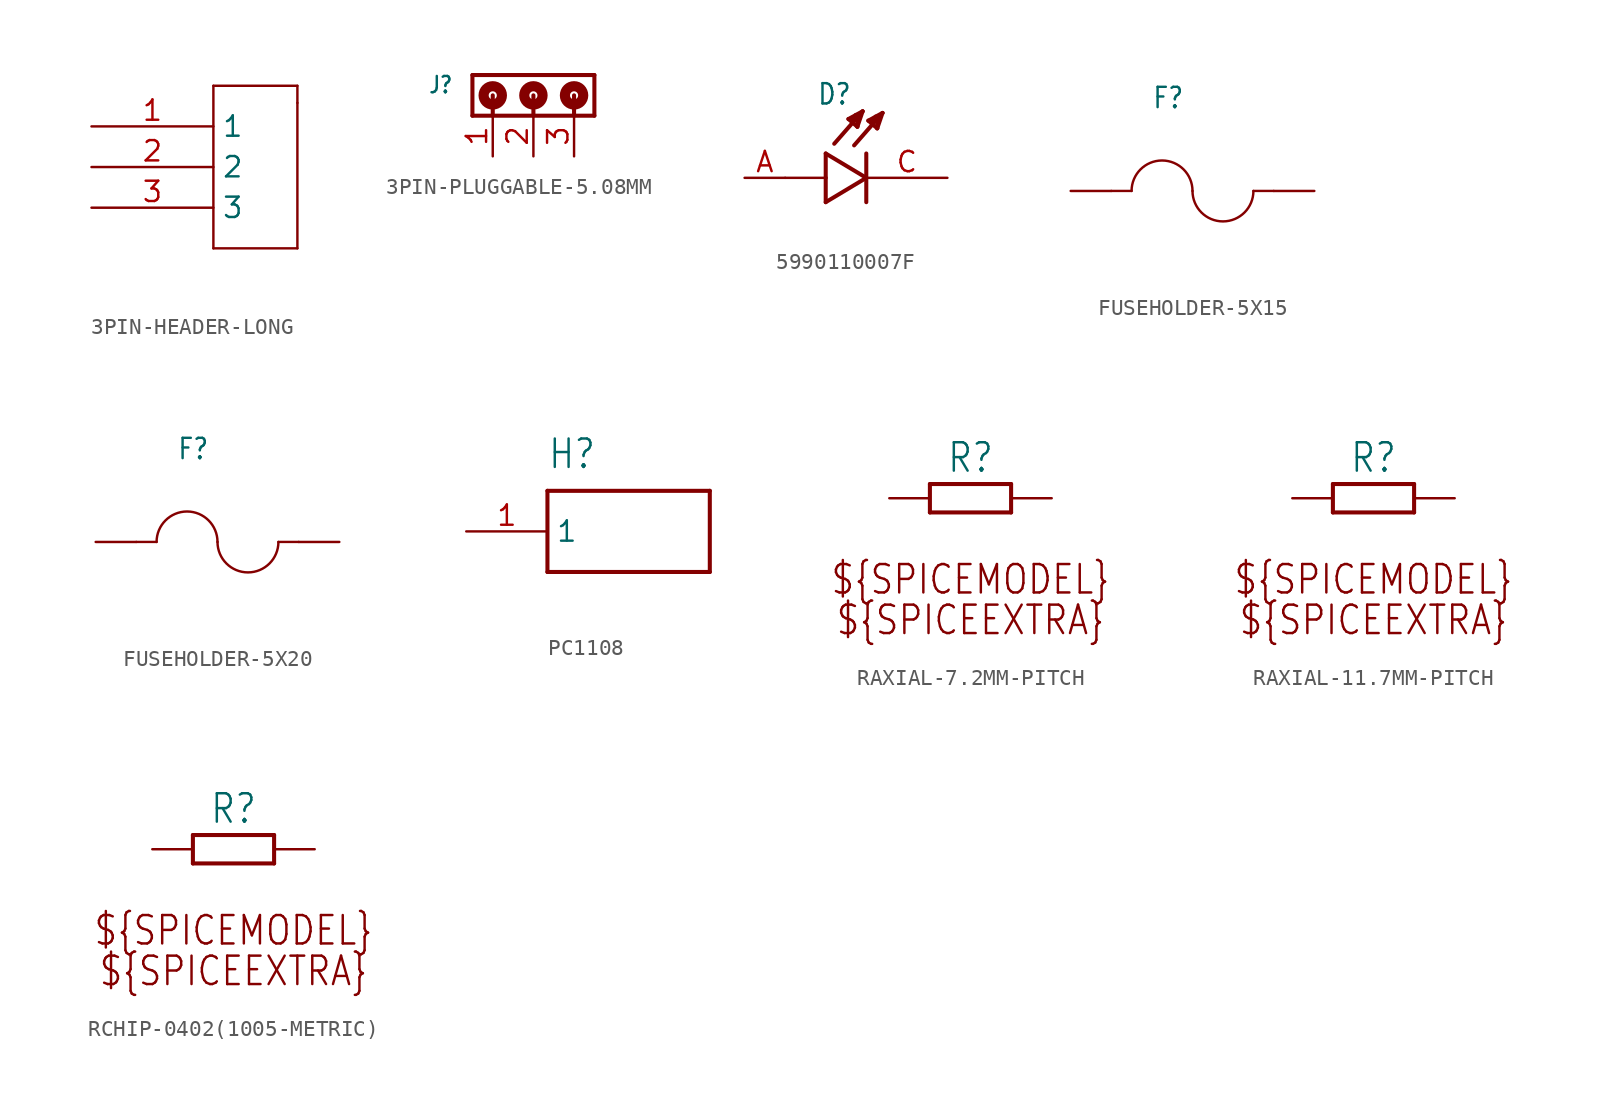
<source format=kicad_sym>
(kicad_symbol_lib
  (version 20231120)
  (generator "kicad_symbol_editor")
  (generator_version "8.0")
  (symbol "3PIN-HEADER-LONG"
    (property "Reference" ""
      (at -2.54 5.08 0)
      (effects (font (size 1.778 1.511)) (justify left bottom) (hide yes)))
    (property "Value" ""
      (at -2.54 -7.62 0)
      (effects (font (size 1.778 1.511)) (justify left bottom)))
    (property "ki_locked" ""
      (at 0 0 0)
      (effects (font (size 1.27 1.27))))
    (symbol "3PIN-HEADER-LONG_1_0"
      (polyline (pts (xy 0 -5.08) (xy 0 5.08)) (stroke (width 0.152) (type solid)) (fill (type none)))
      (polyline (pts (xy 0 5.08) (xy 5.251 5.08)) (stroke (width 0.152) (type solid)) (fill (type none)))
      (polyline (pts (xy 5.251 -5.08) (xy 0 -5.08)) (stroke (width 0.152) (type solid)) (fill (type none)))
      (polyline (pts (xy 5.251 4.01) (xy 5.251 -5.08)) (stroke (width 0.152) (type solid)) (fill (type none)))
      (polyline (pts (xy 5.251 5.08) (xy 5.251 4.01)) (stroke (width 0.152) (type solid)) (fill (type none)))
      (pin bidirectional line (at -7.62 2.54 0) (length 7.62) (name "1" (effects (font (size 1.27 1.27)))) (number "1" (effects (font (size 1.27 1.27)))))
      (pin bidirectional line (at -7.62 0 0) (length 7.62) (name "2" (effects (font (size 1.27 1.27)))) (number "2" (effects (font (size 1.27 1.27)))))
      (pin bidirectional line (at -7.62 -2.54 0) (length 7.62) (name "3" (effects (font (size 1.27 1.27)))) (number "3" (effects (font (size 1.27 1.27)))))))
  (symbol "3PIN-PLUGGABLE-5.08MM"
    (property "Reference" "J"
      (at -4.99 -1.205 0)
      (effects (font (size 1.016 0.864)) (justify right bottom)))
    (property "Value" ""
      (at -4.95 -3.01 0)
      (effects (font (size 1.016 0.864)) (justify right bottom)))
    (property "ki_locked" ""
      (at 0 0 0)
      (effects (font (size 1.27 1.27))))
    (symbol "3PIN-PLUGGABLE-5.08MM_1_0"
      (circle (center -2.54 -1.27) (radius 0.254) (stroke (width 0.635) (type solid)) (fill (type none)))
      (circle (center 0 -1.27) (radius 0.254) (stroke (width 0.635) (type solid)) (fill (type none)))
      (polyline (pts (xy -3.81 -2.54) (xy 3.81 -2.54)) (stroke (width 0.254) (type solid)) (fill (type none)))
      (polyline (pts (xy -3.81 0) (xy -3.81 -2.54)) (stroke (width 0.254) (type solid)) (fill (type none)))
      (polyline (pts (xy -2.54 -1.27) (xy -2.54 -2.54)) (stroke (width 0.254) (type solid)) (fill (type none)))
      (polyline (pts (xy 0 -1.27) (xy 0 -2.54)) (stroke (width 0.254) (type solid)) (fill (type none)))
      (polyline (pts (xy 2.54 -1.27) (xy 2.54 -2.54)) (stroke (width 0.254) (type solid)) (fill (type none)))
      (polyline (pts (xy 3.81 -2.54) (xy 3.81 0)) (stroke (width 0.254) (type solid)) (fill (type none)))
      (polyline (pts (xy 3.81 0) (xy -3.81 0)) (stroke (width 0.254) (type solid)) (fill (type none)))
      (circle (center 2.54 -1.27) (radius 0.254) (stroke (width 0.635) (type solid)) (fill (type none)))
      (pin passive line (at -2.54 -5.08 90) (length 2.54) (name "1" (effects (font (size 0 0)))) (number "1" (effects (font (size 1.27 1.27)))))
      (pin passive line (at 0 -5.08 90) (length 2.54) (name "2" (effects (font (size 0 0)))) (number "2" (effects (font (size 1.27 1.27)))))
      (pin passive line (at 2.54 -5.08 90) (length 2.54) (name "3" (effects (font (size 0 0)))) (number "3" (effects (font (size 1.27 1.27)))))))
  (symbol "5990110007F"
    (property "Reference" "D"
      (at -3.099 4.496 0)
      (effects (font (size 1.27 1.079)) (justify left bottom)))
    (property "Value" ""
      (at -3.556 -3.302 0)
      (effects (font (size 1.27 1.079)) (justify left bottom)))
    (property "ki_locked" ""
      (at 0 0 0)
      (effects (font (size 1.27 1.27))))
    (symbol "5990110007F_1_0"
      (polyline (pts (xy -2.54 -1.524) (xy 0 0)) (stroke (width 0.254) (type solid)) (fill (type none)))
      (polyline (pts (xy -2.54 0) (xy -5.08 0)) (stroke (width 0.152) (type solid)) (fill (type none)))
      (polyline (pts (xy -2.54 0) (xy -2.54 -1.524)) (stroke (width 0.254) (type solid)) (fill (type none)))
      (polyline (pts (xy -2.54 1.524) (xy -2.54 0)) (stroke (width 0.254) (type solid)) (fill (type none)))
      (polyline (pts (xy -1.118 3.683) (xy -0.229 4.166)) (stroke (width 0.254) (type solid)) (fill (type none)))
      (polyline (pts (xy -0.94 3.607) (xy -0.711 3.759)) (stroke (width 0.254) (type solid)) (fill (type none)))
      (polyline (pts (xy -0.559 3.2) (xy -1.118 3.683)) (stroke (width 0.254) (type solid)) (fill (type none)))
      (polyline (pts (xy -0.559 3.2) (xy -0.533 3.937)) (stroke (width 0.254) (type solid)) (fill (type none)))
      (polyline (pts (xy -0.533 3.937) (xy -0.66 3.937)) (stroke (width 0.254) (type solid)) (fill (type none)))
      (polyline (pts (xy -0.229 4.166) (xy -2.007 2.134)) (stroke (width 0.254) (type solid)) (fill (type none)))
      (polyline (pts (xy -0.229 4.166) (xy -0.559 3.2)) (stroke (width 0.254) (type solid)) (fill (type none)))
      (polyline (pts (xy 0 0) (xy -2.54 1.524)) (stroke (width 0.254) (type solid)) (fill (type none)))
      (polyline (pts (xy 0 1.524) (xy 0 -1.524)) (stroke (width 0.254) (type solid)) (fill (type none)))
      (polyline (pts (xy 0.127 3.581) (xy 1.016 4.064)) (stroke (width 0.254) (type solid)) (fill (type none)))
      (polyline (pts (xy 0.305 3.505) (xy 0.533 3.658)) (stroke (width 0.254) (type solid)) (fill (type none)))
      (polyline (pts (xy 0.686 3.099) (xy 0.127 3.581)) (stroke (width 0.254) (type solid)) (fill (type none)))
      (polyline (pts (xy 0.686 3.099) (xy 0.711 3.835)) (stroke (width 0.254) (type solid)) (fill (type none)))
      (polyline (pts (xy 0.711 3.835) (xy 0.584 3.835)) (stroke (width 0.254) (type solid)) (fill (type none)))
      (polyline (pts (xy 1.016 4.064) (xy -0.762 2.032)) (stroke (width 0.254) (type solid)) (fill (type none)))
      (polyline (pts (xy 1.016 4.064) (xy 0.686 3.099)) (stroke (width 0.254) (type solid)) (fill (type none)))
      (pin passive line (at -7.62 0 0) (length 2.54) (name "A" (effects (font (size 0 0)))) (number "A" (effects (font (size 1.27 1.27)))))
      (pin passive line (at 5.08 0 180) (length 5.08) (name "C" (effects (font (size 0 0)))) (number "C" (effects (font (size 1.27 1.27)))))))
  (symbol "FUSEHOLDER-5X15"
    (property "Reference" "F"
      (at -2.54 5.08 0)
      (effects (font (size 1.27 1.079)) (justify left bottom)))
    (property "Value" ""
      (at -2.54 -5.08 0)
      (effects (font (size 1.27 1.079)) (justify left bottom)))
    (property "ki_locked" ""
      (at 0 0 0)
      (effects (font (size 1.27 1.27))))
    (symbol "FUSEHOLDER-5X15_1_0"
      (arc (start 0 0) (mid -1.905 1.905) (end -3.81 0) (stroke (width 0.1524) (type solid)) (fill (type none)))
      (polyline (pts (xy -5.08 0) (xy -3.81 0)) (stroke (width 0.152) (type solid)) (fill (type none)))
      (polyline (pts (xy 5.08 0) (xy 3.81 0)) (stroke (width 0.152) (type solid)) (fill (type none)))
      (arc (start 0 0) (mid 1.905 -1.905) (end 3.81 0) (stroke (width 0.1524) (type solid)) (fill (type none)))
      (pin passive line (at -7.62 0 0) (length 2.54) (name "1" (effects (font (size 0 0)))) (number "1" (effects (font (size 0 0)))))
      (pin passive line (at 7.62 0 180) (length 2.54) (name "2" (effects (font (size 0 0)))) (number "2" (effects (font (size 0 0)))))))
  (symbol "FUSEHOLDER-5X20"
    (property "Reference" "F"
      (at -2.54 5.08 0)
      (effects (font (size 1.27 1.079)) (justify left bottom)))
    (property "Value" ""
      (at -2.54 -5.08 0)
      (effects (font (size 1.27 1.079)) (justify left bottom)))
    (property "ki_locked" ""
      (at 0 0 0)
      (effects (font (size 1.27 1.27))))
    (symbol "FUSEHOLDER-5X20_1_0"
      (arc (start 0 0) (mid -1.905 1.905) (end -3.81 0) (stroke (width 0.1524) (type solid)) (fill (type none)))
      (polyline (pts (xy -5.08 0) (xy -3.81 0)) (stroke (width 0.152) (type solid)) (fill (type none)))
      (polyline (pts (xy 5.08 0) (xy 3.81 0)) (stroke (width 0.152) (type solid)) (fill (type none)))
      (arc (start 0 0) (mid 1.905 -1.905) (end 3.81 0) (stroke (width 0.1524) (type solid)) (fill (type none)))
      (pin passive line (at -7.62 0 0) (length 2.54) (name "1" (effects (font (size 0 0)))) (number "1" (effects (font (size 0 0)))))
      (pin passive line (at 7.62 0 180) (length 2.54) (name "2" (effects (font (size 0 0)))) (number "2" (effects (font (size 0 0)))))))
  (symbol "PC1108"
    (property "Reference" "H"
      (at -5.08 3.81 0)
      (effects (font (size 1.778 1.511)) (justify left bottom)))
    (property "Value" ""
      (at -5.08 -5.08 0)
      (effects (font (size 1.778 1.511)) (justify left bottom)))
    (property "ki_locked" ""
      (at 0 0 0)
      (effects (font (size 1.27 1.27))))
    (symbol "PC1108_1_0"
      (polyline (pts (xy -5.08 -2.54) (xy 5.08 -2.54)) (stroke (width 0.254) (type solid)) (fill (type none)))
      (polyline (pts (xy -5.08 2.54) (xy -5.08 -2.54)) (stroke (width 0.254) (type solid)) (fill (type none)))
      (polyline (pts (xy 5.08 -2.54) (xy 5.08 2.54)) (stroke (width 0.254) (type solid)) (fill (type none)))
      (polyline (pts (xy 5.08 2.54) (xy -5.08 2.54)) (stroke (width 0.254) (type solid)) (fill (type none)))
      (pin passive line (at -10.16 0 0) (length 5.08) (name "1" (effects (font (size 1.27 1.27)))) (number "1" (effects (font (size 1.27 1.27)))))))
  (symbol "RAXIAL-7.2MM-PITCH"
    (property "Reference" "R"
      (at 0 2.54 0)
      (effects (font (size 1.778 1.511))))
    (property "Value" ""
      (at 0 -2.54 0)
      (effects (font (size 1.778 1.511))))
    (property "ki_locked" ""
      (at 0 0 0)
      (effects (font (size 1.27 1.27))))
    (symbol "RAXIAL-7.2MM-PITCH_1_0"
      (polyline (pts (xy -2.54 -0.889) (xy -2.54 0.889)) (stroke (width 0.254) (type solid)) (fill (type none)))
      (polyline (pts (xy -2.54 -0.889) (xy 2.54 -0.889)) (stroke (width 0.254) (type solid)) (fill (type none)))
      (polyline (pts (xy 2.54 -0.889) (xy 2.54 0.889)) (stroke (width 0.254) (type solid)) (fill (type none)))
      (polyline (pts (xy 2.54 0.889) (xy -2.54 0.889)) (stroke (width 0.254) (type solid)) (fill (type none)))
      (text "${SPICEEXTRA}" (at 0 -7.62 0) (effects (font (size 1.778 1.511))))
      (text "${SPICEMODEL}" (at 0 -5.08 0) (effects (font (size 1.778 1.511))))
      (pin passive line (at -5.08 0 0) (length 2.54) (name "1" (effects (font (size 0 0)))) (number "1" (effects (font (size 0 0)))))
      (pin passive line (at 5.08 0 180) (length 2.54) (name "2" (effects (font (size 0 0)))) (number "2" (effects (font (size 0 0)))))))
  (symbol "RAXIAL-11.7MM-PITCH"
    (property "Reference" "R"
      (at 0 2.54 0)
      (effects (font (size 1.778 1.511))))
    (property "Value" ""
      (at 0 -2.54 0)
      (effects (font (size 1.778 1.511))))
    (property "ki_locked" ""
      (at 0 0 0)
      (effects (font (size 1.27 1.27))))
    (symbol "RAXIAL-11.7MM-PITCH_1_0"
      (polyline (pts (xy -2.54 -0.889) (xy -2.54 0.889)) (stroke (width 0.254) (type solid)) (fill (type none)))
      (polyline (pts (xy -2.54 -0.889) (xy 2.54 -0.889)) (stroke (width 0.254) (type solid)) (fill (type none)))
      (polyline (pts (xy 2.54 -0.889) (xy 2.54 0.889)) (stroke (width 0.254) (type solid)) (fill (type none)))
      (polyline (pts (xy 2.54 0.889) (xy -2.54 0.889)) (stroke (width 0.254) (type solid)) (fill (type none)))
      (text "${SPICEEXTRA}" (at 0 -7.62 0) (effects (font (size 1.778 1.511))))
      (text "${SPICEMODEL}" (at 0 -5.08 0) (effects (font (size 1.778 1.511))))
      (pin passive line (at -5.08 0 0) (length 2.54) (name "1" (effects (font (size 0 0)))) (number "1" (effects (font (size 0 0)))))
      (pin passive line (at 5.08 0 180) (length 2.54) (name "2" (effects (font (size 0 0)))) (number "2" (effects (font (size 0 0)))))))
  (symbol "RCHIP-0402(1005-METRIC)"
    (property "Reference" "R"
      (at 0 2.54 0)
      (effects (font (size 1.778 1.511))))
    (property "Value" ""
      (at 0 -2.54 0)
      (effects (font (size 1.778 1.511))))
    (property "ki_locked" ""
      (at 0 0 0)
      (effects (font (size 1.27 1.27))))
    (symbol "RCHIP-0402(1005-METRIC)_1_0"
      (polyline (pts (xy -2.54 -0.889) (xy -2.54 0.889)) (stroke (width 0.254) (type solid)) (fill (type none)))
      (polyline (pts (xy -2.54 -0.889) (xy 2.54 -0.889)) (stroke (width 0.254) (type solid)) (fill (type none)))
      (polyline (pts (xy 2.54 -0.889) (xy 2.54 0.889)) (stroke (width 0.254) (type solid)) (fill (type none)))
      (polyline (pts (xy 2.54 0.889) (xy -2.54 0.889)) (stroke (width 0.254) (type solid)) (fill (type none)))
      (text "${SPICEEXTRA}" (at 0 -7.62 0) (effects (font (size 1.778 1.511))))
      (text "${SPICEMODEL}" (at 0 -5.08 0) (effects (font (size 1.778 1.511))))
      (pin passive line (at -5.08 0 0) (length 2.54) (name "1" (effects (font (size 0 0)))) (number "1" (effects (font (size 0 0)))))
      (pin passive line (at 5.08 0 180) (length 2.54) (name "2" (effects (font (size 0 0)))) (number "2" (effects (font (size 0 0))))))))
</source>
